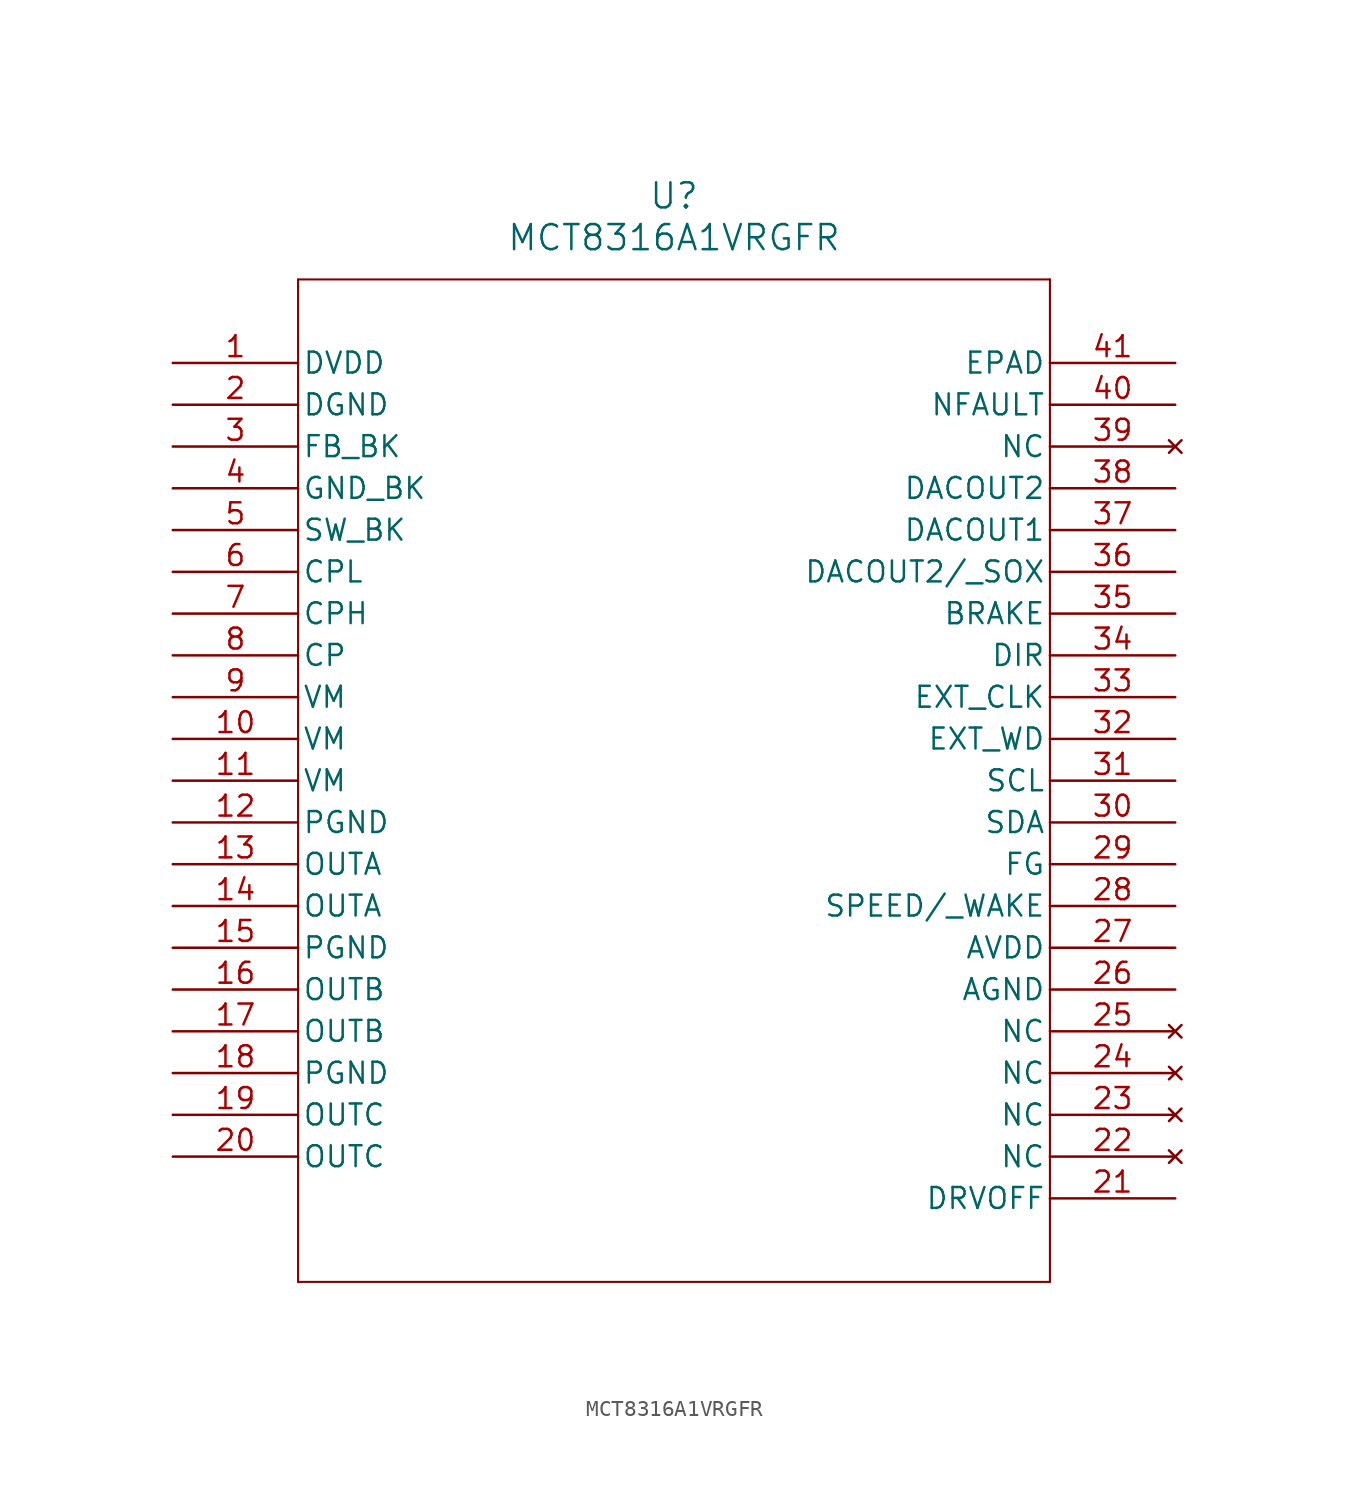
<source format=kicad_sym>
(kicad_symbol_lib
  (version 20211014)
  (generator kicad_symbol_editor)
  (symbol "MCT8316A1VRGFR"
    (pin_names
      (offset 0.254))
    (property "Reference" "U"
      (at 30.48 10.16 0)
      (effects (font (size 1.524 1.524))))
    (property "Value" "MCT8316A1VRGFR"
      (at 30.48 7.62 0)
      (effects (font (size 1.524 1.524))))
    (symbol "MCT8316A1VRGFR_0_1"
      (polyline (pts (xy 7.62 5.08) (xy 7.62 -55.88)) (stroke (width 0.127) (type default) (color 0 0 0 0)) (fill (type none)))
      (polyline (pts (xy 7.62 -55.88) (xy 53.34 -55.88)) (stroke (width 0.127) (type default) (color 0 0 0 0)) (fill (type none)))
      (polyline (pts (xy 53.34 -55.88) (xy 53.34 5.08)) (stroke (width 0.127) (type default) (color 0 0 0 0)) (fill (type none)))
      (polyline (pts (xy 53.34 5.08) (xy 7.62 5.08)) (stroke (width 0.127) (type default) (color 0 0 0 0)) (fill (type none)))
      (pin power_in line (at 0 0 0) (length 7.62) (name "DVDD" (effects (font (size 1.27 1.27)))) (number "1" (effects (font (size 1.27 1.27)))))
      (pin power_out line (at 0 -2.54 0) (length 7.62) (name "DGND" (effects (font (size 1.27 1.27)))) (number "2" (effects (font (size 1.27 1.27)))))
      (pin bidirectional line (at 0 -5.08 0) (length 7.62) (name "FB_BK" (effects (font (size 1.27 1.27)))) (number "3" (effects (font (size 1.27 1.27)))))
      (pin power_out line (at 0 -7.62 0) (length 7.62) (name "GND_BK" (effects (font (size 1.27 1.27)))) (number "4" (effects (font (size 1.27 1.27)))))
      (pin power_in line (at 0 -10.16 0) (length 7.62) (name "SW_BK" (effects (font (size 1.27 1.27)))) (number "5" (effects (font (size 1.27 1.27)))))
      (pin power_in line (at 0 -12.7 0) (length 7.62) (name "CPL" (effects (font (size 1.27 1.27)))) (number "6" (effects (font (size 1.27 1.27)))))
      (pin power_in line (at 0 -15.24 0) (length 7.62) (name "CPH" (effects (font (size 1.27 1.27)))) (number "7" (effects (font (size 1.27 1.27)))))
      (pin power_in line (at 0 -17.78 0) (length 7.62) (name "CP" (effects (font (size 1.27 1.27)))) (number "8" (effects (font (size 1.27 1.27)))))
      (pin input line (at 0 -20.32 0) (length 7.62) (name "VM" (effects (font (size 1.27 1.27)))) (number "9" (effects (font (size 1.27 1.27)))))
      (pin input line (at 0 -22.86 0) (length 7.62) (name "VM" (effects (font (size 1.27 1.27)))) (number "10" (effects (font (size 1.27 1.27)))))
      (pin input line (at 0 -25.4 0) (length 7.62) (name "VM" (effects (font (size 1.27 1.27)))) (number "11" (effects (font (size 1.27 1.27)))))
      (pin power_out line (at 0 -27.94 0) (length 7.62) (name "PGND" (effects (font (size 1.27 1.27)))) (number "12" (effects (font (size 1.27 1.27)))))
      (pin output line (at 0 -30.48 0) (length 7.62) (name "OUTA" (effects (font (size 1.27 1.27)))) (number "13" (effects (font (size 1.27 1.27)))))
      (pin output line (at 0 -33.02 0) (length 7.62) (name "OUTA" (effects (font (size 1.27 1.27)))) (number "14" (effects (font (size 1.27 1.27)))))
      (pin power_out line (at 0 -35.56 0) (length 7.62) (name "PGND" (effects (font (size 1.27 1.27)))) (number "15" (effects (font (size 1.27 1.27)))))
      (pin output line (at 0 -38.1 0) (length 7.62) (name "OUTB" (effects (font (size 1.27 1.27)))) (number "16" (effects (font (size 1.27 1.27)))))
      (pin output line (at 0 -40.64 0) (length 7.62) (name "OUTB" (effects (font (size 1.27 1.27)))) (number "17" (effects (font (size 1.27 1.27)))))
      (pin power_out line (at 0 -43.18 0) (length 7.62) (name "PGND" (effects (font (size 1.27 1.27)))) (number "18" (effects (font (size 1.27 1.27)))))
      (pin output line (at 0 -45.72 0) (length 7.62) (name "OUTC" (effects (font (size 1.27 1.27)))) (number "19" (effects (font (size 1.27 1.27)))))
      (pin output line (at 0 -48.26 0) (length 7.62) (name "OUTC" (effects (font (size 1.27 1.27)))) (number "20" (effects (font (size 1.27 1.27)))))
      (pin input line (at 60.96 -50.8 180) (length 7.62) (name "DRVOFF" (effects (font (size 1.27 1.27)))) (number "21" (effects (font (size 1.27 1.27)))))
      (pin no_connect line (at 60.96 -48.26 180) (length 7.62) (name "NC" (effects (font (size 1.27 1.27)))) (number "22" (effects (font (size 1.27 1.27)))))
      (pin no_connect line (at 60.96 -45.72 180) (length 7.62) (name "NC" (effects (font (size 1.27 1.27)))) (number "23" (effects (font (size 1.27 1.27)))))
      (pin no_connect line (at 60.96 -43.18 180) (length 7.62) (name "NC" (effects (font (size 1.27 1.27)))) (number "24" (effects (font (size 1.27 1.27)))))
      (pin no_connect line (at 60.96 -40.64 180) (length 7.62) (name "NC" (effects (font (size 1.27 1.27)))) (number "25" (effects (font (size 1.27 1.27)))))
      (pin power_out line (at 60.96 -38.1 180) (length 7.62) (name "AGND" (effects (font (size 1.27 1.27)))) (number "26" (effects (font (size 1.27 1.27)))))
      (pin power_in line (at 60.96 -35.56 180) (length 7.62) (name "AVDD" (effects (font (size 1.27 1.27)))) (number "27" (effects (font (size 1.27 1.27)))))
      (pin input line (at 60.96 -33.02 180) (length 7.62) (name "SPEED/ WAKE" (effects (font (size 1.27 1.27)))) (number "28" (effects (font (size 1.27 1.27)))))
      (pin output line (at 60.96 -30.48 180) (length 7.62) (name "FG" (effects (font (size 1.27 1.27)))) (number "29" (effects (font (size 1.27 1.27)))))
      (pin bidirectional line (at 60.96 -27.94 180) (length 7.62) (name "SDA" (effects (font (size 1.27 1.27)))) (number "30" (effects (font (size 1.27 1.27)))))
      (pin input line (at 60.96 -25.4 180) (length 7.62) (name "SCL" (effects (font (size 1.27 1.27)))) (number "31" (effects (font (size 1.27 1.27)))))
      (pin input line (at 60.96 -22.86 180) (length 7.62) (name "EXT_WD" (effects (font (size 1.27 1.27)))) (number "32" (effects (font (size 1.27 1.27)))))
      (pin input line (at 60.96 -20.32 180) (length 7.62) (name "EXT_CLK" (effects (font (size 1.27 1.27)))) (number "33" (effects (font (size 1.27 1.27)))))
      (pin input line (at 60.96 -17.78 180) (length 7.62) (name "DIR" (effects (font (size 1.27 1.27)))) (number "34" (effects (font (size 1.27 1.27)))))
      (pin input line (at 60.96 -15.24 180) (length 7.62) (name "BRAKE" (effects (font (size 1.27 1.27)))) (number "35" (effects (font (size 1.27 1.27)))))
      (pin output line (at 60.96 -12.7 180) (length 7.62) (name "DACOUT2/ SOX" (effects (font (size 1.27 1.27)))) (number "36" (effects (font (size 1.27 1.27)))))
      (pin output line (at 60.96 -10.16 180) (length 7.62) (name "DACOUT1" (effects (font (size 1.27 1.27)))) (number "37" (effects (font (size 1.27 1.27)))))
      (pin output line (at 60.96 -7.62 180) (length 7.62) (name "DACOUT2" (effects (font (size 1.27 1.27)))) (number "38" (effects (font (size 1.27 1.27)))))
      (pin no_connect line (at 60.96 -5.08 180) (length 7.62) (name "NC" (effects (font (size 1.27 1.27)))) (number "39" (effects (font (size 1.27 1.27)))))
      (pin output line (at 60.96 -2.54 180) (length 7.62) (name "NFAULT" (effects (font (size 1.27 1.27)))) (number "40" (effects (font (size 1.27 1.27)))))
      (pin power_out line (at 60.96 0 180) (length 7.62) (name "EPAD" (effects (font (size 1.27 1.27)))) (number "41" (effects (font (size 1.27 1.27))))))))
</source>
